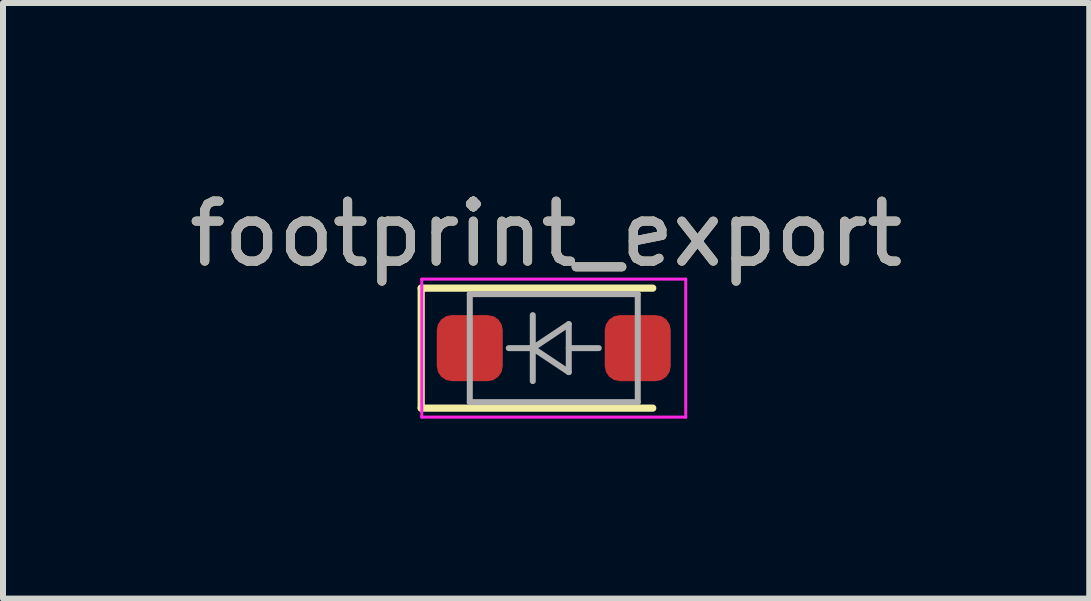
<source format=kicad_pcb>
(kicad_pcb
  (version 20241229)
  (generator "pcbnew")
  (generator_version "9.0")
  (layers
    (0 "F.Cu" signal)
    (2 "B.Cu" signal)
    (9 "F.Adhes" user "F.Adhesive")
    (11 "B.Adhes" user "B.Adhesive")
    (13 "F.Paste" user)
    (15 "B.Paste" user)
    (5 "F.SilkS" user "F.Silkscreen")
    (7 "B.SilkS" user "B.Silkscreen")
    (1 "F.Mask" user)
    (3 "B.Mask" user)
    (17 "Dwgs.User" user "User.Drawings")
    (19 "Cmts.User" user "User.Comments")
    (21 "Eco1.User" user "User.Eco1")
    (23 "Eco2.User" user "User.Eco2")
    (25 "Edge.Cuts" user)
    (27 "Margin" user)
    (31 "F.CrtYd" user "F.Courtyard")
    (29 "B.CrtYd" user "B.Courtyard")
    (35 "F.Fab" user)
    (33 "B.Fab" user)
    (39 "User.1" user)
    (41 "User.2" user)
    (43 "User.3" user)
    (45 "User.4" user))
  (footprint "footprint_export"
    (layer "F.Cu")
    (at 6.181 2.753)
    (property "Reference" "footprint_export" (at -0.127 -1.905 0) (layer "F.SilkS") (effects (font (size 1 1) (thickness 0.15))))
    (attr smd)
    (fp_line (start -2.21 -1) (end -2.21 1) (stroke (width 0.12) (type solid)) (layer "F.SilkS"))
    (fp_line (start -2.21 -1) (end 1.65 -1) (stroke (width 0.12) (type solid)) (layer "F.SilkS"))
    (fp_line (start -2.21 1) (end 1.65 1) (stroke (width 0.12) (type solid)) (layer "F.SilkS"))
    (fp_line (start -2.2 -1.15) (end -2.2 1.15) (stroke (width 0.05) (type solid)) (layer "F.CrtYd"))
    (fp_line (start -2.2 -1.15) (end 2.2 -1.15) (stroke (width 0.05) (type solid)) (layer "F.CrtYd"))
    (fp_line (start 2.2 -1.15) (end 2.2 1.15) (stroke (width 0.05) (type solid)) (layer "F.CrtYd"))
    (fp_line (start 2.2 1.15) (end -2.2 1.15) (stroke (width 0.05) (type solid)) (layer "F.CrtYd"))
    (fp_line (start -1.4 -0.9) (end 1.4 -0.9) (stroke (width 0.1) (type solid)) (layer "F.Fab"))
    (fp_line (start -1.4 0.9) (end -1.4 -0.9) (stroke (width 0.1) (type solid)) (layer "F.Fab"))
    (fp_line (start -0.75 0) (end -0.35 0) (stroke (width 0.1) (type solid)) (layer "F.Fab"))
    (fp_line (start -0.35 0) (end -0.35 -0.55) (stroke (width 0.1) (type solid)) (layer "F.Fab"))
    (fp_line (start -0.35 0) (end -0.35 0.55) (stroke (width 0.1) (type solid)) (layer "F.Fab"))
    (fp_line (start -0.35 0) (end 0.25 -0.4) (stroke (width 0.1) (type solid)) (layer "F.Fab"))
    (fp_line (start 0.25 -0.4) (end 0.25 0.4) (stroke (width 0.1) (type solid)) (layer "F.Fab"))
    (fp_line (start 0.25 0) (end 0.75 0) (stroke (width 0.1) (type solid)) (layer "F.Fab"))
    (fp_line (start 0.25 0.4) (end -0.35 0) (stroke (width 0.1) (type solid)) (layer "F.Fab"))
    (fp_line (start 1.4 -0.9) (end 1.4 0.9) (stroke (width 0.1) (type solid)) (layer "F.Fab"))
    (fp_line (start 1.4 0.9) (end -1.4 0.9) (stroke (width 0.1) (type solid)) (layer "F.Fab"))
    (fp_text user "${REFERENCE}" (at -0.127 -1.905 0) (layer "F.Fab") (effects (font (size 1 1) (thickness 0.15))))
    (pad "1" smd roundrect (at -1.4 0) (size 1.1 1.1) (layers "F.Cu" "F.Mask" "F.Paste") (roundrect_rratio 0.227))
    (pad "2" smd roundrect (at 1.4 0) (size 1.1 1.1) (layers "F.Cu" "F.Mask" "F.Paste") (roundrect_rratio 0.227)))
  (gr_rect
    (start -3 -3)
    (end 15.107 6.928)
    (stroke (width 0.1) (type default))
    (fill no)
    (layer "Edge.Cuts")))
</source>
